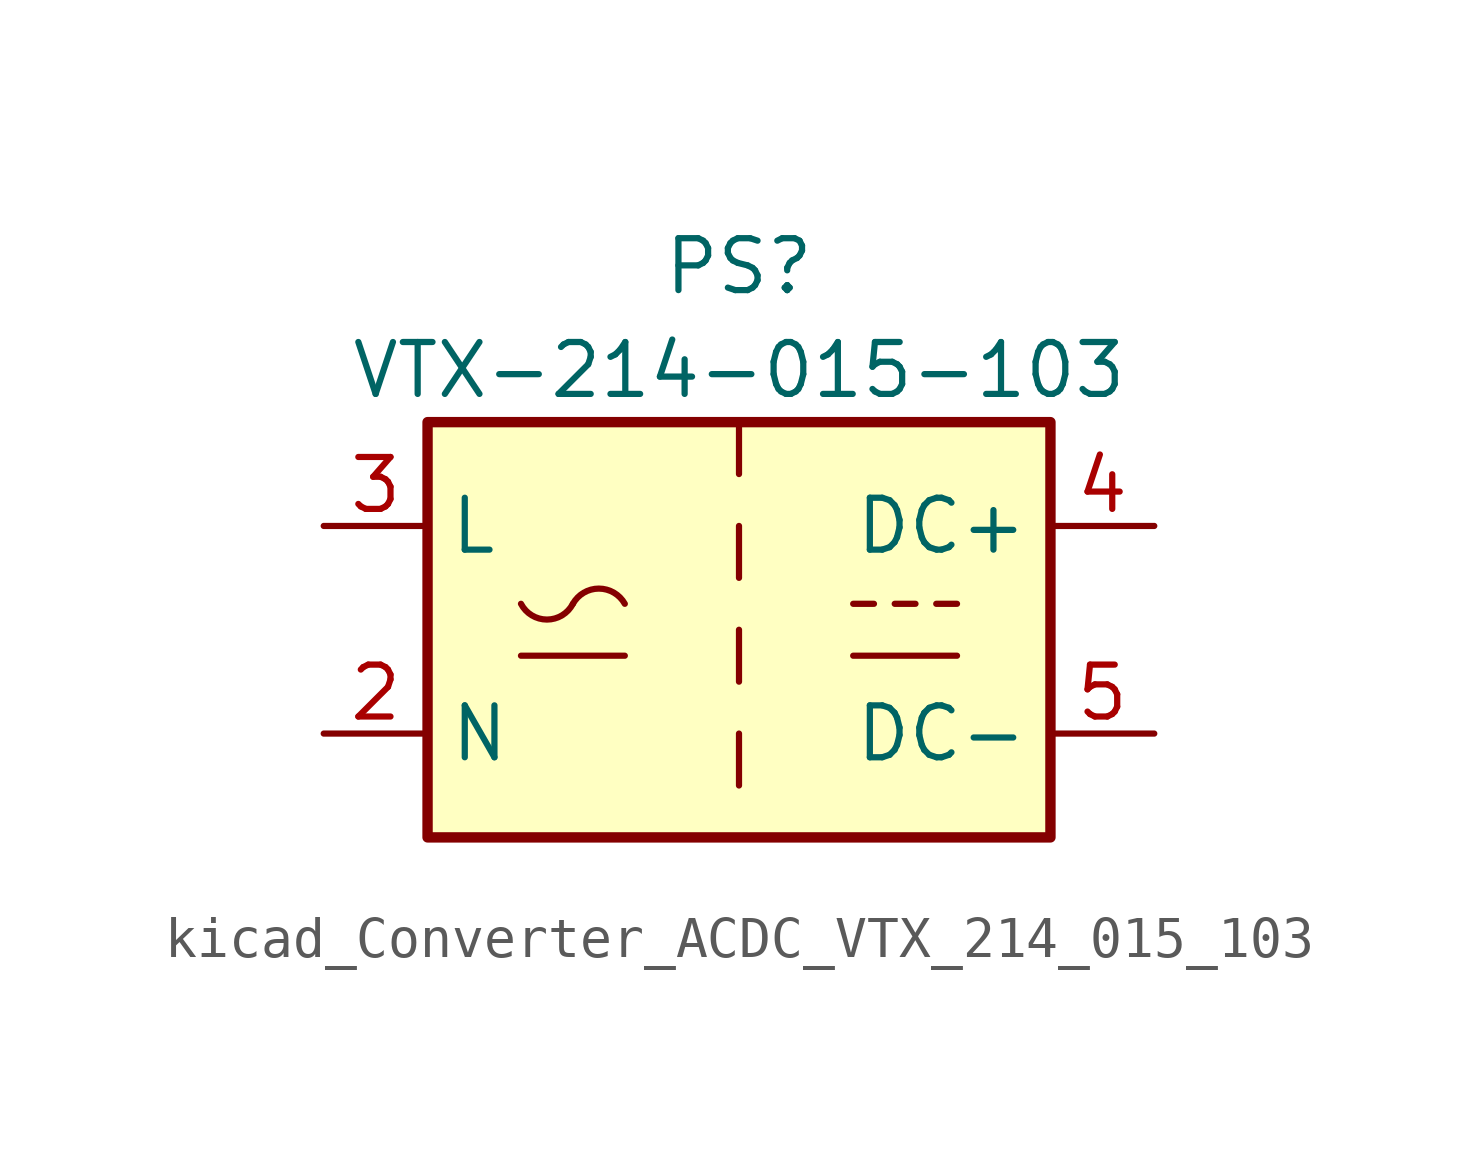
<source format=kicad_sym>
(kicad_symbol_lib
  (version 20220914)
  (generator kicad_symbol_editor)
  (symbol "kicad_Converter_ACDC_VTX_214_015_103"
    (property "Reference" "PS"
      (at 0 8.89 0)
      (effects (font (size 1.27 1.27))))
    (property "Value" "VTX-214-015-103"
      (at 0 6.35 0)
      (effects (font (size 1.27 1.27))))
    (symbol "kicad_Converter_ACDC_VTX_214_015_103_0_1"
      (rectangle (start -7.62 5.08) (end 7.62 -5.08) (stroke (width 0.254) (type default)) (fill (type background)))
      (arc (start -5.334 0.635) (mid -4.699 0.2495) (end -4.064 0.635) (stroke (width 0) (type default)) (fill (type none)))
      (arc (start -2.794 0.635) (mid -3.429 1.0072) (end -4.064 0.635) (stroke (width 0) (type default)) (fill (type none)))
      (polyline (pts (xy -5.334 -0.635) (xy -2.794 -0.635)) (stroke (width 0) (type default)) (fill (type none)))
      (polyline (pts (xy 2.794 -0.635) (xy 5.334 -0.635)) (stroke (width 0) (type default)) (fill (type none)))
      (polyline (pts (xy 2.794 0.635) (xy 3.302 0.635)) (stroke (width 0) (type default)) (fill (type none)))
      (polyline (pts (xy 3.81 0.635) (xy 4.318 0.635)) (stroke (width 0) (type default)) (fill (type none)))
      (polyline (pts (xy 4.826 0.635) (xy 5.334 0.635)) (stroke (width 0) (type default)) (fill (type none))))
    (symbol "kicad_Converter_ACDC_VTX_214_015_103_1_1"
      (polyline (pts (xy 0 -2.54) (xy 0 -3.81)) (stroke (width 0) (type default)) (fill (type none)))
      (polyline (pts (xy 0 0) (xy 0 -1.27)) (stroke (width 0) (type default)) (fill (type none)))
      (polyline (pts (xy 0 2.54) (xy 0 1.27)) (stroke (width 0) (type default)) (fill (type none)))
      (polyline (pts (xy 0 5.08) (xy 0 3.81)) (stroke (width 0) (type default)) (fill (type none)))
      (pin no_connect line (at 0 -5.08 90) (length 2.54) hide (name "FG" (effects (font (size 1.27 1.27)))) (number "1" (effects (font (size 1.27 1.27)))))
      (pin power_in line (at -10.16 -2.54 0) (length 2.54) (name "N" (effects (font (size 1.27 1.27)))) (number "2" (effects (font (size 1.27 1.27)))))
      (pin power_in line (at -10.16 2.54 0) (length 2.54) (name "L" (effects (font (size 1.27 1.27)))) (number "3" (effects (font (size 1.27 1.27)))))
      (pin power_out line (at 10.16 2.54 180) (length 2.54) (name "DC+" (effects (font (size 1.27 1.27)))) (number "4" (effects (font (size 1.27 1.27)))))
      (pin power_out line (at 10.16 -2.54 180) (length 2.54) (name "DC-" (effects (font (size 1.27 1.27)))) (number "5" (effects (font (size 1.27 1.27))))))))
</source>
